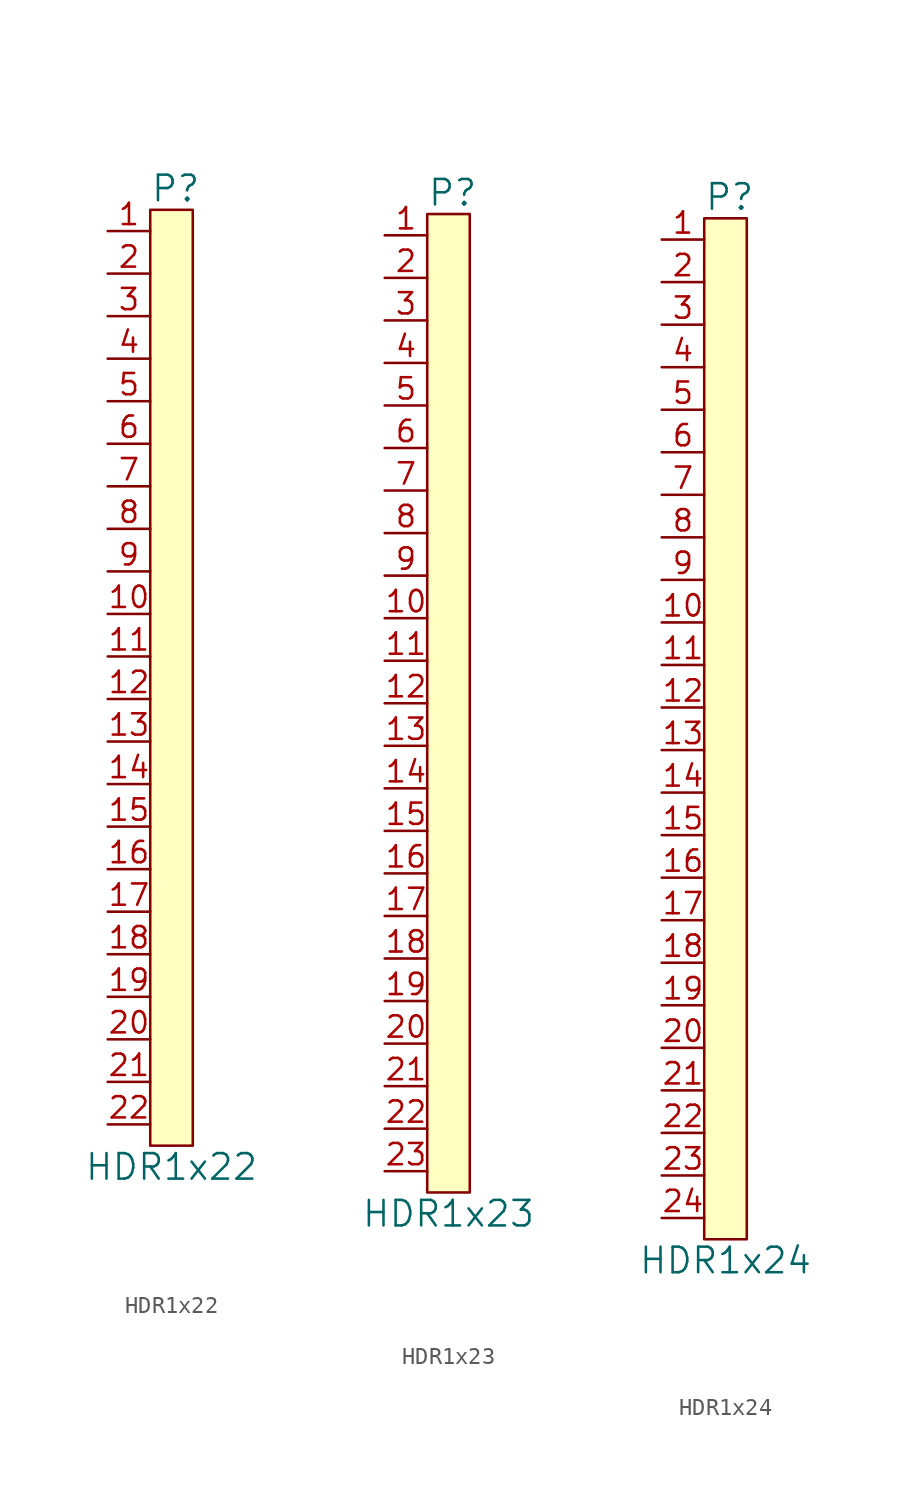
<source format=kicad_sym>
(kicad_symbol_lib
  (version 20231120)
  (generator "kicad_symbol_editor")
  (generator_version "8.0")
  (symbol "HDR1x22"
    (property "Reference" "P"
      (at -1.27 29.21 0)
      (effects (font (size 1.524 1.524)) (justify left)))
    (property "Value" "HDR1x22"
      (at 0 -29.21 0)
      (effects (font (size 1.524 1.524))))
    (symbol "HDR1x22_0_1"
      (rectangle (start -1.27 27.94) (end 1.27 -27.94) (stroke (width 0) (type default)) (fill (type background))))
    (symbol "HDR1x22_1_1"
      (pin unspecified line (at -3.81 26.67 0) (length 2.54) (name "~" (effects (font (size 1.27 1.27)))) (number "1" (effects (font (size 1.27 1.27)))))
      (pin unspecified line (at -3.81 3.81 0) (length 2.54) (name "~" (effects (font (size 1.27 1.27)))) (number "10" (effects (font (size 1.27 1.27)))))
      (pin unspecified line (at -3.81 1.27 0) (length 2.54) (name "~" (effects (font (size 1.27 1.27)))) (number "11" (effects (font (size 1.27 1.27)))))
      (pin unspecified line (at -3.81 -1.27 0) (length 2.54) (name "~" (effects (font (size 1.27 1.27)))) (number "12" (effects (font (size 1.27 1.27)))))
      (pin unspecified line (at -3.81 -3.81 0) (length 2.54) (name "~" (effects (font (size 1.27 1.27)))) (number "13" (effects (font (size 1.27 1.27)))))
      (pin unspecified line (at -3.81 -6.35 0) (length 2.54) (name "~" (effects (font (size 1.27 1.27)))) (number "14" (effects (font (size 1.27 1.27)))))
      (pin unspecified line (at -3.81 -8.89 0) (length 2.54) (name "~" (effects (font (size 1.27 1.27)))) (number "15" (effects (font (size 1.27 1.27)))))
      (pin unspecified line (at -3.81 -11.43 0) (length 2.54) (name "~" (effects (font (size 1.27 1.27)))) (number "16" (effects (font (size 1.27 1.27)))))
      (pin unspecified line (at -3.81 -13.97 0) (length 2.54) (name "~" (effects (font (size 1.27 1.27)))) (number "17" (effects (font (size 1.27 1.27)))))
      (pin unspecified line (at -3.81 -16.51 0) (length 2.54) (name "~" (effects (font (size 1.27 1.27)))) (number "18" (effects (font (size 1.27 1.27)))))
      (pin unspecified line (at -3.81 -19.05 0) (length 2.54) (name "~" (effects (font (size 1.27 1.27)))) (number "19" (effects (font (size 1.27 1.27)))))
      (pin unspecified line (at -3.81 24.13 0) (length 2.54) (name "~" (effects (font (size 1.27 1.27)))) (number "2" (effects (font (size 1.27 1.27)))))
      (pin unspecified line (at -3.81 -21.59 0) (length 2.54) (name "~" (effects (font (size 1.27 1.27)))) (number "20" (effects (font (size 1.27 1.27)))))
      (pin unspecified line (at -3.81 -24.13 0) (length 2.54) (name "~" (effects (font (size 1.27 1.27)))) (number "21" (effects (font (size 1.27 1.27)))))
      (pin unspecified line (at -3.81 -26.67 0) (length 2.54) (name "~" (effects (font (size 1.27 1.27)))) (number "22" (effects (font (size 1.27 1.27)))))
      (pin unspecified line (at -3.81 21.59 0) (length 2.54) (name "~" (effects (font (size 1.27 1.27)))) (number "3" (effects (font (size 1.27 1.27)))))
      (pin unspecified line (at -3.81 19.05 0) (length 2.54) (name "~" (effects (font (size 1.27 1.27)))) (number "4" (effects (font (size 1.27 1.27)))))
      (pin unspecified line (at -3.81 16.51 0) (length 2.54) (name "~" (effects (font (size 1.27 1.27)))) (number "5" (effects (font (size 1.27 1.27)))))
      (pin unspecified line (at -3.81 13.97 0) (length 2.54) (name "~" (effects (font (size 1.27 1.27)))) (number "6" (effects (font (size 1.27 1.27)))))
      (pin unspecified line (at -3.81 11.43 0) (length 2.54) (name "~" (effects (font (size 1.27 1.27)))) (number "7" (effects (font (size 1.27 1.27)))))
      (pin unspecified line (at -3.81 8.89 0) (length 2.54) (name "~" (effects (font (size 1.27 1.27)))) (number "8" (effects (font (size 1.27 1.27)))))
      (pin unspecified line (at -3.81 6.35 0) (length 2.54) (name "~" (effects (font (size 1.27 1.27)))) (number "9" (effects (font (size 1.27 1.27)))))))
  (symbol "HDR1x23"
    (property "Reference" "P"
      (at -1.27 30.48 0)
      (effects (font (size 1.524 1.524)) (justify left)))
    (property "Value" "HDR1x23"
      (at 0 -30.48 0)
      (effects (font (size 1.524 1.524))))
    (symbol "HDR1x23_0_1"
      (rectangle (start -1.27 29.21) (end 1.27 -29.21) (stroke (width 0) (type default)) (fill (type background))))
    (symbol "HDR1x23_1_1"
      (pin unspecified line (at -3.81 27.94 0) (length 2.54) (name "~" (effects (font (size 1.27 1.27)))) (number "1" (effects (font (size 1.27 1.27)))))
      (pin unspecified line (at -3.81 5.08 0) (length 2.54) (name "~" (effects (font (size 1.27 1.27)))) (number "10" (effects (font (size 1.27 1.27)))))
      (pin unspecified line (at -3.81 2.54 0) (length 2.54) (name "~" (effects (font (size 1.27 1.27)))) (number "11" (effects (font (size 1.27 1.27)))))
      (pin unspecified line (at -3.81 0 0) (length 2.54) (name "~" (effects (font (size 1.27 1.27)))) (number "12" (effects (font (size 1.27 1.27)))))
      (pin unspecified line (at -3.81 -2.54 0) (length 2.54) (name "~" (effects (font (size 1.27 1.27)))) (number "13" (effects (font (size 1.27 1.27)))))
      (pin unspecified line (at -3.81 -5.08 0) (length 2.54) (name "~" (effects (font (size 1.27 1.27)))) (number "14" (effects (font (size 1.27 1.27)))))
      (pin unspecified line (at -3.81 -7.62 0) (length 2.54) (name "~" (effects (font (size 1.27 1.27)))) (number "15" (effects (font (size 1.27 1.27)))))
      (pin unspecified line (at -3.81 -10.16 0) (length 2.54) (name "~" (effects (font (size 1.27 1.27)))) (number "16" (effects (font (size 1.27 1.27)))))
      (pin unspecified line (at -3.81 -12.7 0) (length 2.54) (name "~" (effects (font (size 1.27 1.27)))) (number "17" (effects (font (size 1.27 1.27)))))
      (pin unspecified line (at -3.81 -15.24 0) (length 2.54) (name "~" (effects (font (size 1.27 1.27)))) (number "18" (effects (font (size 1.27 1.27)))))
      (pin unspecified line (at -3.81 -17.78 0) (length 2.54) (name "~" (effects (font (size 1.27 1.27)))) (number "19" (effects (font (size 1.27 1.27)))))
      (pin unspecified line (at -3.81 25.4 0) (length 2.54) (name "~" (effects (font (size 1.27 1.27)))) (number "2" (effects (font (size 1.27 1.27)))))
      (pin unspecified line (at -3.81 -20.32 0) (length 2.54) (name "~" (effects (font (size 1.27 1.27)))) (number "20" (effects (font (size 1.27 1.27)))))
      (pin unspecified line (at -3.81 -22.86 0) (length 2.54) (name "~" (effects (font (size 1.27 1.27)))) (number "21" (effects (font (size 1.27 1.27)))))
      (pin unspecified line (at -3.81 -25.4 0) (length 2.54) (name "~" (effects (font (size 1.27 1.27)))) (number "22" (effects (font (size 1.27 1.27)))))
      (pin unspecified line (at -3.81 -27.94 0) (length 2.54) (name "~" (effects (font (size 1.27 1.27)))) (number "23" (effects (font (size 1.27 1.27)))))
      (pin unspecified line (at -3.81 22.86 0) (length 2.54) (name "~" (effects (font (size 1.27 1.27)))) (number "3" (effects (font (size 1.27 1.27)))))
      (pin unspecified line (at -3.81 20.32 0) (length 2.54) (name "~" (effects (font (size 1.27 1.27)))) (number "4" (effects (font (size 1.27 1.27)))))
      (pin unspecified line (at -3.81 17.78 0) (length 2.54) (name "~" (effects (font (size 1.27 1.27)))) (number "5" (effects (font (size 1.27 1.27)))))
      (pin unspecified line (at -3.81 15.24 0) (length 2.54) (name "~" (effects (font (size 1.27 1.27)))) (number "6" (effects (font (size 1.27 1.27)))))
      (pin unspecified line (at -3.81 12.7 0) (length 2.54) (name "~" (effects (font (size 1.27 1.27)))) (number "7" (effects (font (size 1.27 1.27)))))
      (pin unspecified line (at -3.81 10.16 0) (length 2.54) (name "~" (effects (font (size 1.27 1.27)))) (number "8" (effects (font (size 1.27 1.27)))))
      (pin unspecified line (at -3.81 7.62 0) (length 2.54) (name "~" (effects (font (size 1.27 1.27)))) (number "9" (effects (font (size 1.27 1.27)))))))
  (symbol "HDR1x24"
    (property "Reference" "P"
      (at -1.27 31.75 0)
      (effects (font (size 1.524 1.524)) (justify left)))
    (property "Value" "HDR1x24"
      (at 0 -31.75 0)
      (effects (font (size 1.524 1.524))))
    (symbol "HDR1x24_0_1"
      (rectangle (start -1.27 30.48) (end 1.27 -30.48) (stroke (width 0) (type default)) (fill (type background))))
    (symbol "HDR1x24_1_1"
      (pin unspecified line (at -3.81 29.21 0) (length 2.54) (name "~" (effects (font (size 1.27 1.27)))) (number "1" (effects (font (size 1.27 1.27)))))
      (pin unspecified line (at -3.81 6.35 0) (length 2.54) (name "~" (effects (font (size 1.27 1.27)))) (number "10" (effects (font (size 1.27 1.27)))))
      (pin unspecified line (at -3.81 3.81 0) (length 2.54) (name "~" (effects (font (size 1.27 1.27)))) (number "11" (effects (font (size 1.27 1.27)))))
      (pin unspecified line (at -3.81 1.27 0) (length 2.54) (name "~" (effects (font (size 1.27 1.27)))) (number "12" (effects (font (size 1.27 1.27)))))
      (pin unspecified line (at -3.81 -1.27 0) (length 2.54) (name "~" (effects (font (size 1.27 1.27)))) (number "13" (effects (font (size 1.27 1.27)))))
      (pin unspecified line (at -3.81 -3.81 0) (length 2.54) (name "~" (effects (font (size 1.27 1.27)))) (number "14" (effects (font (size 1.27 1.27)))))
      (pin unspecified line (at -3.81 -6.35 0) (length 2.54) (name "~" (effects (font (size 1.27 1.27)))) (number "15" (effects (font (size 1.27 1.27)))))
      (pin unspecified line (at -3.81 -8.89 0) (length 2.54) (name "~" (effects (font (size 1.27 1.27)))) (number "16" (effects (font (size 1.27 1.27)))))
      (pin unspecified line (at -3.81 -11.43 0) (length 2.54) (name "~" (effects (font (size 1.27 1.27)))) (number "17" (effects (font (size 1.27 1.27)))))
      (pin unspecified line (at -3.81 -13.97 0) (length 2.54) (name "~" (effects (font (size 1.27 1.27)))) (number "18" (effects (font (size 1.27 1.27)))))
      (pin unspecified line (at -3.81 -16.51 0) (length 2.54) (name "~" (effects (font (size 1.27 1.27)))) (number "19" (effects (font (size 1.27 1.27)))))
      (pin unspecified line (at -3.81 26.67 0) (length 2.54) (name "~" (effects (font (size 1.27 1.27)))) (number "2" (effects (font (size 1.27 1.27)))))
      (pin unspecified line (at -3.81 -19.05 0) (length 2.54) (name "~" (effects (font (size 1.27 1.27)))) (number "20" (effects (font (size 1.27 1.27)))))
      (pin unspecified line (at -3.81 -21.59 0) (length 2.54) (name "~" (effects (font (size 1.27 1.27)))) (number "21" (effects (font (size 1.27 1.27)))))
      (pin unspecified line (at -3.81 -24.13 0) (length 2.54) (name "~" (effects (font (size 1.27 1.27)))) (number "22" (effects (font (size 1.27 1.27)))))
      (pin unspecified line (at -3.81 -26.67 0) (length 2.54) (name "~" (effects (font (size 1.27 1.27)))) (number "23" (effects (font (size 1.27 1.27)))))
      (pin unspecified line (at -3.81 -29.21 0) (length 2.54) (name "~" (effects (font (size 1.27 1.27)))) (number "24" (effects (font (size 1.27 1.27)))))
      (pin unspecified line (at -3.81 24.13 0) (length 2.54) (name "~" (effects (font (size 1.27 1.27)))) (number "3" (effects (font (size 1.27 1.27)))))
      (pin unspecified line (at -3.81 21.59 0) (length 2.54) (name "~" (effects (font (size 1.27 1.27)))) (number "4" (effects (font (size 1.27 1.27)))))
      (pin unspecified line (at -3.81 19.05 0) (length 2.54) (name "~" (effects (font (size 1.27 1.27)))) (number "5" (effects (font (size 1.27 1.27)))))
      (pin unspecified line (at -3.81 16.51 0) (length 2.54) (name "~" (effects (font (size 1.27 1.27)))) (number "6" (effects (font (size 1.27 1.27)))))
      (pin unspecified line (at -3.81 13.97 0) (length 2.54) (name "~" (effects (font (size 1.27 1.27)))) (number "7" (effects (font (size 1.27 1.27)))))
      (pin unspecified line (at -3.81 11.43 0) (length 2.54) (name "~" (effects (font (size 1.27 1.27)))) (number "8" (effects (font (size 1.27 1.27)))))
      (pin unspecified line (at -3.81 8.89 0) (length 2.54) (name "~" (effects (font (size 1.27 1.27)))) (number "9" (effects (font (size 1.27 1.27))))))))
</source>
